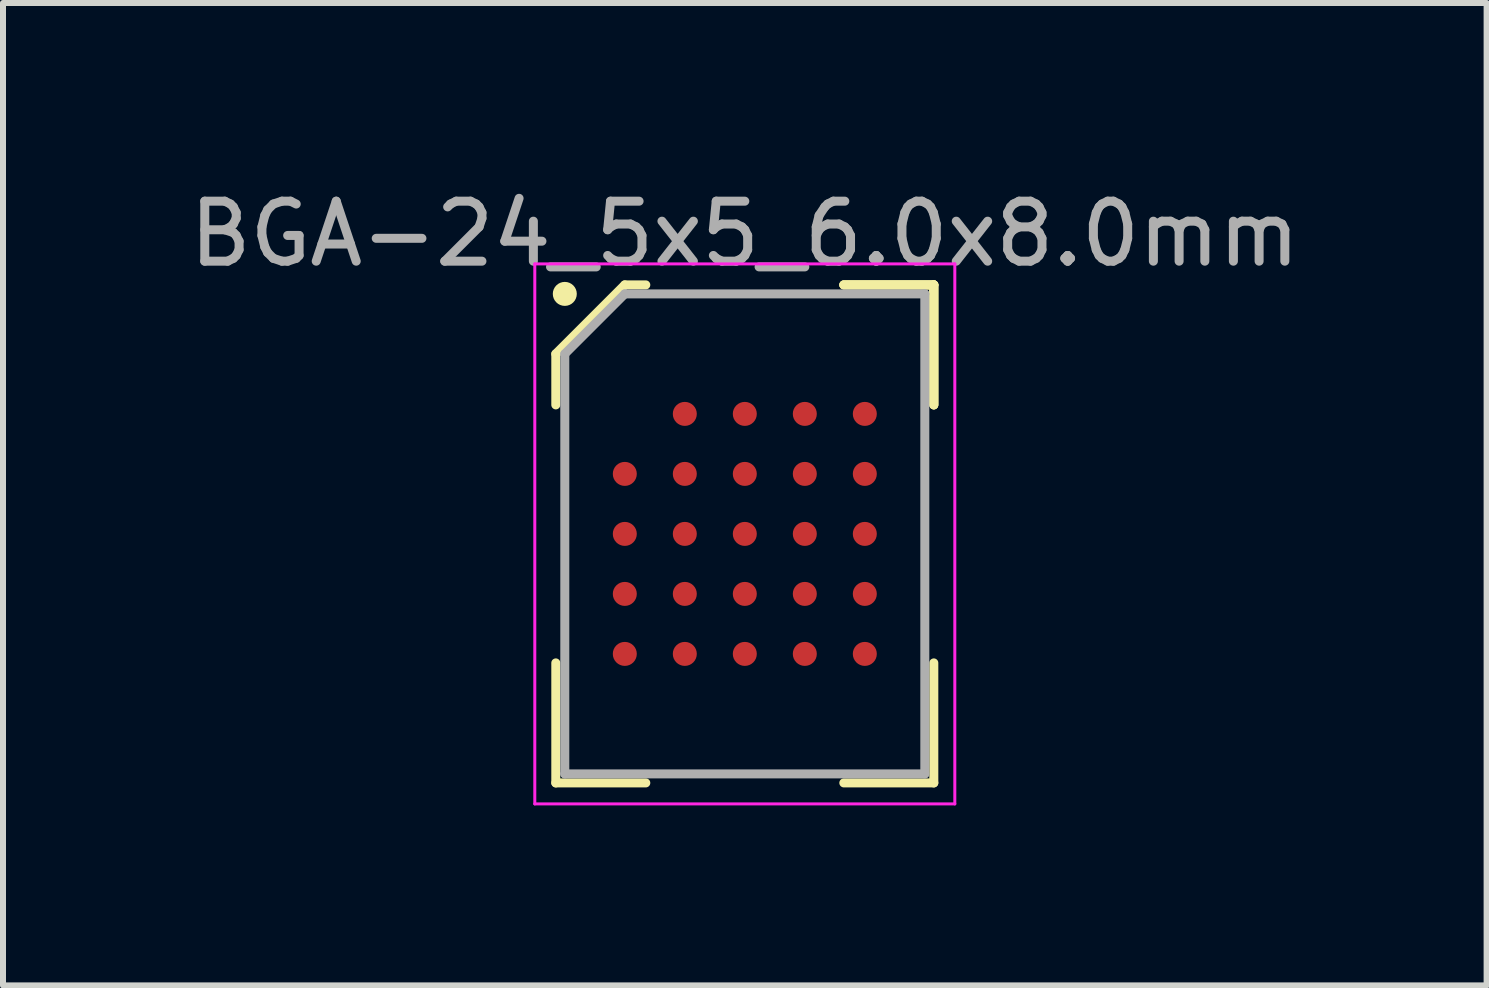
<source format=kicad_pcb>
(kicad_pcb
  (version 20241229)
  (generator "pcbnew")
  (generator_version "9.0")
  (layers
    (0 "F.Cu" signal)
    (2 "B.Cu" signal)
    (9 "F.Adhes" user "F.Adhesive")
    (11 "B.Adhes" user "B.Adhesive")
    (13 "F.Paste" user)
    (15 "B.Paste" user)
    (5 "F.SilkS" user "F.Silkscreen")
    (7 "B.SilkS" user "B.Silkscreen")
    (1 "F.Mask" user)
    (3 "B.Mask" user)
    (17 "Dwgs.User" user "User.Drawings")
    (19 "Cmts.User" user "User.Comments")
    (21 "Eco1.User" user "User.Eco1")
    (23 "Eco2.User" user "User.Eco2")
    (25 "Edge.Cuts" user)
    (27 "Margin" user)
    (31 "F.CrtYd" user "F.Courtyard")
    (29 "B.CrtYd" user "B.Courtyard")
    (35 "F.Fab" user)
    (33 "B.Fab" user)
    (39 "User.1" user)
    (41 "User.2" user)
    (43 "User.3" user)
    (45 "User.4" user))
  (footprint "BGA-24_5x5_6.0x8.0mm"
    (layer "F.Cu")
    (at 9.363 5.848)
    (property "Reference" "BGA-24_5x5_6.0x8.0mm" (at 0 -5 0) (layer "F.Fab") (effects (font (size 1 1) (thickness 0.15))))
    (attr smd)
    (fp_line (start -3.15 -3) (end -3.15 -2.15) (stroke (width 0.15) (type solid)) (layer "F.SilkS"))
    (fp_line (start -3.15 4.15) (end -3.15 2.15) (stroke (width 0.15) (type solid)) (layer "F.SilkS"))
    (fp_line (start -2 -4.15) (end -3.15 -3) (stroke (width 0.15) (type solid)) (layer "F.SilkS"))
    (fp_line (start -1.65 -4.15) (end -2 -4.15) (stroke (width 0.15) (type solid)) (layer "F.SilkS"))
    (fp_line (start -1.65 4.15) (end -3.15 4.15) (stroke (width 0.15) (type solid)) (layer "F.SilkS"))
    (fp_line (start 1.65 -4.15) (end 3.15 -4.15) (stroke (width 0.15) (type solid)) (layer "F.SilkS"))
    (fp_line (start 1.65 -4.15) (end 3.15 -4.15) (stroke (width 0.15) (type solid)) (layer "F.SilkS"))
    (fp_line (start 1.65 -4.15) (end 3.15 -4.15) (stroke (width 0.15) (type solid)) (layer "F.SilkS"))
    (fp_line (start 1.65 4.15) (end 3.15 4.15) (stroke (width 0.15) (type solid)) (layer "F.SilkS"))
    (fp_line (start 3.15 -4.15) (end 3.15 -2.15) (stroke (width 0.15) (type solid)) (layer "F.SilkS"))
    (fp_line (start 3.15 -4.15) (end 3.15 -2.15) (stroke (width 0.15) (type solid)) (layer "F.SilkS"))
    (fp_line (start 3.15 -4.15) (end 3.15 -2.15) (stroke (width 0.15) (type solid)) (layer "F.SilkS"))
    (fp_line (start 3.15 4.15) (end 3.15 2.15) (stroke (width 0.15) (type solid)) (layer "F.SilkS"))
    (fp_circle (center -3 -4) (end -3 -3.9) (stroke (width 0.2) (type solid)) (fill no) (layer "F.SilkS"))
    (fp_line (start -3.5 -4.5) (end 3.5 -4.5) (stroke (width 0.05) (type solid)) (layer "F.CrtYd"))
    (fp_line (start -3.5 4.5) (end -3.5 -4.5) (stroke (width 0.05) (type solid)) (layer "F.CrtYd"))
    (fp_line (start 3.5 -4.5) (end 3.5 4.5) (stroke (width 0.05) (type solid)) (layer "F.CrtYd"))
    (fp_line (start 3.5 4.5) (end -3.5 4.5) (stroke (width 0.05) (type solid)) (layer "F.CrtYd"))
    (fp_line (start -3 -3) (end -3 4) (stroke (width 0.15) (type solid)) (layer "F.Fab"))
    (fp_line (start -3 4) (end 3 4) (stroke (width 0.15) (type solid)) (layer "F.Fab"))
    (fp_line (start -2 -4) (end -3 -3) (stroke (width 0.15) (type solid)) (layer "F.Fab"))
    (fp_line (start 3 -4) (end -2 -4) (stroke (width 0.15) (type solid)) (layer "F.Fab"))
    (fp_line (start 3 4) (end 3 -4) (stroke (width 0.15) (type solid)) (layer "F.Fab"))
    (pad "A2" smd circle (at -1 -2) (size 0.4 0.4) (layers "F.Cu" "F.Mask" "F.Paste"))
    (pad "A3" smd circle (at 0 -2) (size 0.4 0.4) (layers "F.Cu" "F.Mask" "F.Paste"))
    (pad "A4" smd circle (at 1 -2) (size 0.4 0.4) (layers "F.Cu" "F.Mask" "F.Paste"))
    (pad "A5" smd circle (at 2 -2) (size 0.4 0.4) (layers "F.Cu" "F.Mask" "F.Paste"))
    (pad "B1" smd circle (at -2 -1) (size 0.4 0.4) (layers "F.Cu" "F.Mask" "F.Paste"))
    (pad "B2" smd circle (at -1 -1) (size 0.4 0.4) (layers "F.Cu" "F.Mask" "F.Paste"))
    (pad "B3" smd circle (at 0 -1) (size 0.4 0.4) (layers "F.Cu" "F.Mask" "F.Paste"))
    (pad "B4" smd circle (at 1 -1) (size 0.4 0.4) (layers "F.Cu" "F.Mask" "F.Paste"))
    (pad "B5" smd circle (at 2 -1) (size 0.4 0.4) (layers "F.Cu" "F.Mask" "F.Paste"))
    (pad "C1" smd circle (at -2 0) (size 0.4 0.4) (layers "F.Cu" "F.Mask" "F.Paste"))
    (pad "C2" smd circle (at -1 0) (size 0.4 0.4) (layers "F.Cu" "F.Mask" "F.Paste"))
    (pad "C3" smd circle (at 0 0) (size 0.4 0.4) (layers "F.Cu" "F.Mask" "F.Paste"))
    (pad "C4" smd circle (at 1 0) (size 0.4 0.4) (layers "F.Cu" "F.Mask" "F.Paste"))
    (pad "C5" smd circle (at 2 0) (size 0.4 0.4) (layers "F.Cu" "F.Mask" "F.Paste"))
    (pad "D1" smd circle (at -2 1) (size 0.4 0.4) (layers "F.Cu" "F.Mask" "F.Paste"))
    (pad "D2" smd circle (at -1 1) (size 0.4 0.4) (layers "F.Cu" "F.Mask" "F.Paste"))
    (pad "D3" smd circle (at 0 1) (size 0.4 0.4) (layers "F.Cu" "F.Mask" "F.Paste"))
    (pad "D4" smd circle (at 1 1) (size 0.4 0.4) (layers "F.Cu" "F.Mask" "F.Paste"))
    (pad "D5" smd circle (at 2 1) (size 0.4 0.4) (layers "F.Cu" "F.Mask" "F.Paste"))
    (pad "E1" smd circle (at -2 2) (size 0.4 0.4) (layers "F.Cu" "F.Mask" "F.Paste"))
    (pad "E2" smd circle (at -1 2) (size 0.4 0.4) (layers "F.Cu" "F.Mask" "F.Paste"))
    (pad "E3" smd circle (at 0 2) (size 0.4 0.4) (layers "F.Cu" "F.Mask" "F.Paste"))
    (pad "E4" smd circle (at 1 2) (size 0.4 0.4) (layers "F.Cu" "F.Mask" "F.Paste"))
    (pad "E5" smd circle (at 2 2) (size 0.4 0.4) (layers "F.Cu" "F.Mask" "F.Paste")))
  (gr_rect
    (start -3 -3)
    (end 21.726 13.373)
    (stroke (width 0.1) (type default))
    (fill no)
    (layer "Edge.Cuts")))
</source>
